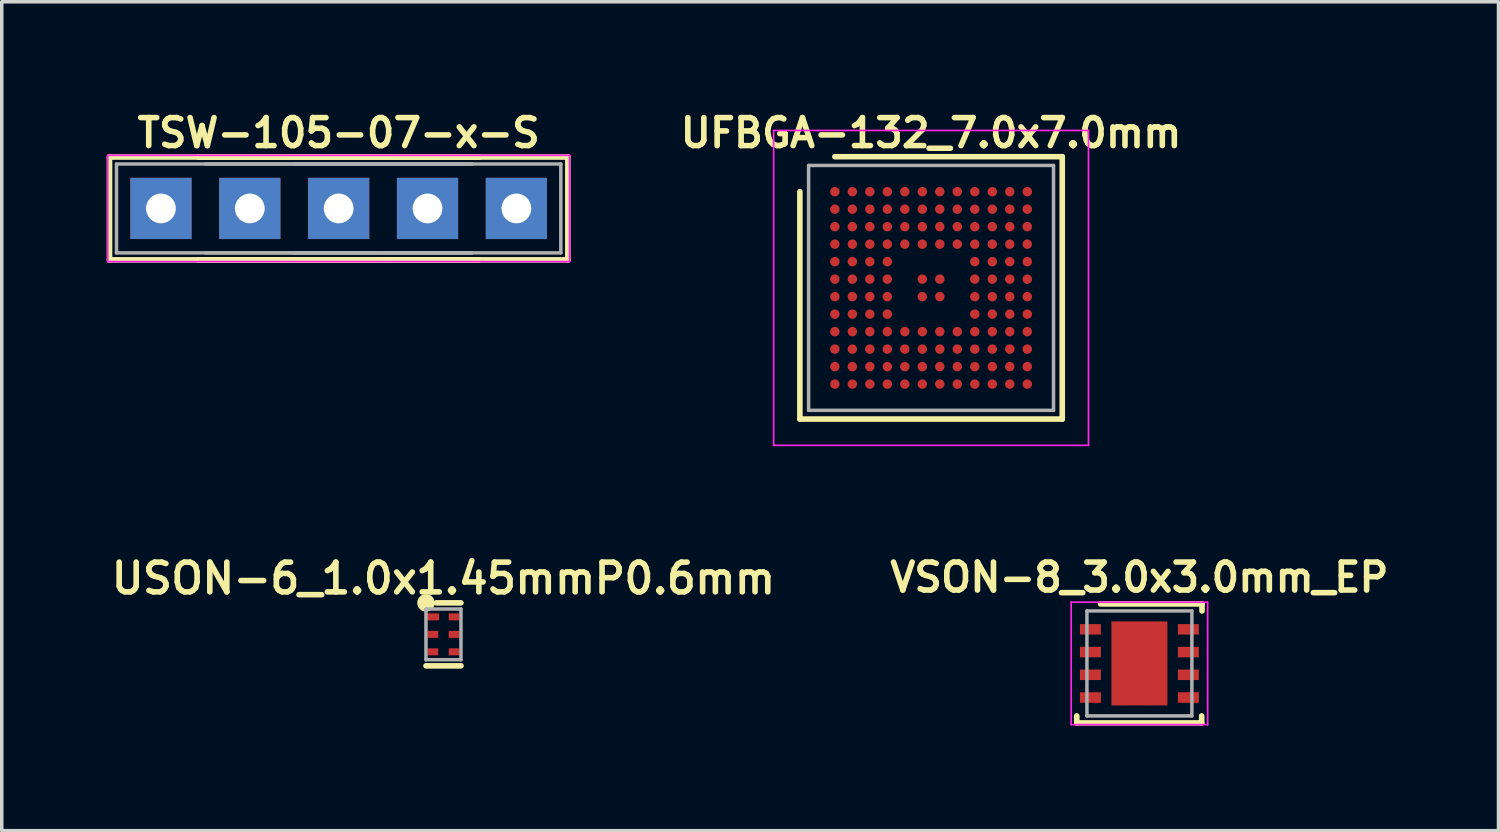
<source format=kicad_pcb>
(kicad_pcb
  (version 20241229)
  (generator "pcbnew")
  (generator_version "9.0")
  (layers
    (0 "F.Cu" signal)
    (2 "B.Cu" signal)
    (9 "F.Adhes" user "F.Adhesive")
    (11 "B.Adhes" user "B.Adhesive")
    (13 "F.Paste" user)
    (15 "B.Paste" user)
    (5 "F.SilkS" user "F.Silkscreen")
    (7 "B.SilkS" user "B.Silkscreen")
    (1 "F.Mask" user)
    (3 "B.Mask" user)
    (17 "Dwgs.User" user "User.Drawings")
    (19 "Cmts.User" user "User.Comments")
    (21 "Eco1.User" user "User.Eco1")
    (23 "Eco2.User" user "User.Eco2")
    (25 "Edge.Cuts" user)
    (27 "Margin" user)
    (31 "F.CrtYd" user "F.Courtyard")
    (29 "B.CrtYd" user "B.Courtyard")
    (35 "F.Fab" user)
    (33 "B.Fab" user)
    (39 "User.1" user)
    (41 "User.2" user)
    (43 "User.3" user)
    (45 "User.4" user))
  (footprint "TSW-105-07-x-S"
    (layer "F.Cu")
    (at 6.63 2.908)
    (property "Reference" "TSW-105-07-x-S" (at 0 -2.159 0) (layer "F.SilkS") (effects (font (size 0.8 0.8) (thickness 0.16))))
    (attr through_hole)
    (fp_line (start -6.55 -1.47) (end -6.55 1.47) (stroke (width 0.16) (type solid)) (layer "F.SilkS"))
    (fp_line (start -6.55 -1.47) (end -1.07 -1.47) (stroke (width 0.16) (type solid)) (layer "F.SilkS"))
    (fp_line (start -4.01 -1.47) (end 1.47 -1.47) (stroke (width 0.16) (type solid)) (layer "F.SilkS"))
    (fp_line (start -4.01 -1.47) (end 1.47 -1.47) (stroke (width 0.16) (type solid)) (layer "F.SilkS"))
    (fp_line (start -1.47 -1.47) (end 4.01 -1.47) (stroke (width 0.16) (type solid)) (layer "F.SilkS"))
    (fp_line (start -1.47 -1.47) (end 4.01 -1.47) (stroke (width 0.16) (type solid)) (layer "F.SilkS"))
    (fp_line (start -1.07 1.47) (end -6.55 1.47) (stroke (width 0.16) (type solid)) (layer "F.SilkS"))
    (fp_line (start 1.07 -1.47) (end 6.55 -1.47) (stroke (width 0.16) (type solid)) (layer "F.SilkS"))
    (fp_line (start 1.47 1.47) (end -4.01 1.47) (stroke (width 0.16) (type solid)) (layer "F.SilkS"))
    (fp_line (start 1.47 1.47) (end -4.01 1.47) (stroke (width 0.16) (type solid)) (layer "F.SilkS"))
    (fp_line (start 4.01 1.47) (end -1.47 1.47) (stroke (width 0.16) (type solid)) (layer "F.SilkS"))
    (fp_line (start 4.01 1.47) (end -1.47 1.47) (stroke (width 0.16) (type solid)) (layer "F.SilkS"))
    (fp_line (start 6.55 -1.47) (end 6.55 1.47) (stroke (width 0.16) (type solid)) (layer "F.SilkS"))
    (fp_line (start 6.55 1.47) (end 1.07 1.47) (stroke (width 0.16) (type solid)) (layer "F.SilkS"))
    (fp_line (start -6.6 -1.52) (end 6.6 -1.52) (stroke (width 0.05) (type solid)) (layer "F.CrtYd"))
    (fp_line (start -6.6 1.52) (end -6.6 -1.52) (stroke (width 0.05) (type solid)) (layer "F.CrtYd"))
    (fp_line (start -6.6 1.52) (end 6.6 1.52) (stroke (width 0.05) (type solid)) (layer "F.CrtYd"))
    (fp_line (start 6.6 -1.52) (end 6.6 1.52) (stroke (width 0.05) (type solid)) (layer "F.CrtYd"))
    (fp_line (start -6.35 -1.27) (end -6.35 1.27) (stroke (width 0.1) (type solid)) (layer "F.Fab"))
    (fp_line (start -6.35 -1.27) (end -1.27 -1.27) (stroke (width 0.1) (type solid)) (layer "F.Fab"))
    (fp_line (start -6.35 1.27) (end -1.27 1.27) (stroke (width 0.1) (type solid)) (layer "F.Fab"))
    (fp_line (start -3.81 -1.27) (end 1.27 -1.27) (stroke (width 0.1) (type solid)) (layer "F.Fab"))
    (fp_line (start -3.81 1.27) (end 1.27 1.27) (stroke (width 0.1) (type solid)) (layer "F.Fab"))
    (fp_line (start -1.27 -1.27) (end 3.81 -1.27) (stroke (width 0.1) (type solid)) (layer "F.Fab"))
    (fp_line (start -1.27 -1.27) (end 3.81 -1.27) (stroke (width 0.1) (type solid)) (layer "F.Fab"))
    (fp_line (start -1.27 1.27) (end 3.81 1.27) (stroke (width 0.1) (type solid)) (layer "F.Fab"))
    (fp_line (start -1.27 1.27) (end 3.81 1.27) (stroke (width 0.1) (type solid)) (layer "F.Fab"))
    (fp_line (start 1.27 -1.27) (end 6.35 -1.27) (stroke (width 0.1) (type solid)) (layer "F.Fab"))
    (fp_line (start 1.27 1.27) (end 6.35 1.27) (stroke (width 0.1) (type solid)) (layer "F.Fab"))
    (fp_line (start 6.35 -1.27) (end 6.35 1.27) (stroke (width 0.1) (type solid)) (layer "F.Fab"))
    (pad "1" thru_hole rect (at -5.08 0) (size 1.75 1.75) (drill 0.85) (layers "*.Cu" "*.Mask"))
    (pad "2" thru_hole rect (at -2.54 0) (size 1.75 1.75) (drill 0.85) (layers "*.Cu" "*.Mask"))
    (pad "3" thru_hole rect (at 0 0) (size 1.75 1.75) (drill 0.85) (layers "*.Cu" "*.Mask"))
    (pad "4" thru_hole rect (at 2.54 0) (size 1.75 1.75) (drill 0.85) (layers "*.Cu" "*.Mask"))
    (pad "5" thru_hole rect (at 5.08 0) (size 1.75 1.75) (drill 0.85) (layers "*.Cu" "*.Mask")))
  (footprint "USON-6_1.0x1.45mmP0.6mm"
    (layer "F.Cu")
    (at 9.326 14.582)
    (property "Reference" "USON-6_1.0x1.45mmP0.6mm" (at 0.3 -1.1 0) (layer "F.SilkS") (effects (font (size 0.85 0.85) (thickness 0.16))))
    (attr through_hole)
    (fp_line (start -0.2 1.4) (end 0.8 1.4) (stroke (width 0.16) (type solid)) (layer "F.SilkS"))
    (fp_line (start 0.8 -0.4) (end 0.1 -0.4) (stroke (width 0.16) (type solid)) (layer "F.SilkS"))
    (fp_circle (center -0.2 -0.4) (end -0.2 -0.4) (stroke (width 0.25) (type solid)) (fill no) (layer "F.SilkS"))
    (fp_line (start -0.2 -0.225) (end -0.2 1.225) (stroke (width 0.1) (type solid)) (layer "F.Fab"))
    (fp_line (start -0.2 -0.225) (end 0.8 -0.225) (stroke (width 0.1) (type solid)) (layer "F.Fab"))
    (fp_line (start -0.2 1.225) (end 0.8 1.225) (stroke (width 0.1) (type solid)) (layer "F.Fab"))
    (fp_line (start 0.8 -0.225) (end 0.8 1.225) (stroke (width 0.1) (type solid)) (layer "F.Fab"))
    (pad "1" smd rect (at 0 0) (size 0.35 0.2) (layers "F.Cu" "F.Mask" "F.Paste"))
    (pad "2" smd rect (at 0 0.5) (size 0.3 0.2) (layers "F.Cu" "F.Mask" "F.Paste"))
    (pad "3" smd rect (at 0 1) (size 0.3 0.2) (layers "F.Cu" "F.Mask" "F.Paste"))
    (pad "4" smd rect (at 0.6 1) (size 0.3 0.2) (layers "F.Cu" "F.Mask" "F.Paste"))
    (pad "5" smd rect (at 0.6 0.5) (size 0.3 0.2) (layers "F.Cu" "F.Mask" "F.Paste"))
    (pad "6" smd rect (at 0.6 0) (size 0.3 0.2) (layers "F.Cu" "F.Mask" "F.Paste")))
  (footprint "UFBGA-132_7.0x7.0mm"
    (layer "F.Cu")
    (at 20.813 2.429)
    (property "Reference" "UFBGA-132_7.0x7.0mm" (at 2.75 -1.68 0) (layer "F.SilkS") (effects (font (size 0.8 0.8) (thickness 0.16))))
    (attr through_hole)
    (fp_line (start -1 0) (end -1 6.5) (stroke (width 0.16) (type solid)) (layer "F.SilkS"))
    (fp_line (start -1 6.5) (end 6.5 6.5) (stroke (width 0.16) (type solid)) (layer "F.SilkS"))
    (fp_line (start 0 -1) (end 6.5 -1) (stroke (width 0.16) (type solid)) (layer "F.SilkS"))
    (fp_line (start 6.5 -1) (end 6.5 6.5) (stroke (width 0.16) (type solid)) (layer "F.SilkS"))
    (fp_line (start -1.75 -1.75) (end -1.75 7.25) (stroke (width 0.05) (type solid)) (layer "F.CrtYd"))
    (fp_line (start -1.75 7.25) (end 7.25 7.25) (stroke (width 0.05) (type solid)) (layer "F.CrtYd"))
    (fp_line (start 7.25 -1.75) (end -1.75 -1.75) (stroke (width 0.05) (type solid)) (layer "F.CrtYd"))
    (fp_line (start 7.25 7.25) (end 7.25 -1.75) (stroke (width 0.05) (type solid)) (layer "F.CrtYd"))
    (fp_line (start -0.75 -0.75) (end 6.25 -0.75) (stroke (width 0.1) (type solid)) (layer "F.Fab"))
    (fp_line (start -0.75 6.25) (end -0.75 -0.75) (stroke (width 0.1) (type solid)) (layer "F.Fab"))
    (fp_line (start 6.25 -0.75) (end 6.25 6.25) (stroke (width 0.1) (type solid)) (layer "F.Fab"))
    (fp_line (start 6.25 6.25) (end -0.75 6.25) (stroke (width 0.1) (type solid)) (layer "F.Fab"))
    (pad "A1" smd circle (at 0 0) (size 0.27 0.27) (layers "F.Cu" "F.Mask" "F.Paste"))
    (pad "A2" smd circle (at 0.5 0) (size 0.27 0.27) (layers "F.Cu" "F.Mask" "F.Paste"))
    (pad "A3" smd circle (at 1 0) (size 0.27 0.27) (layers "F.Cu" "F.Mask" "F.Paste"))
    (pad "A4" smd circle (at 1.5 0) (size 0.27 0.27) (layers "F.Cu" "F.Mask" "F.Paste"))
    (pad "A5" smd circle (at 2 0) (size 0.27 0.27) (layers "F.Cu" "F.Mask" "F.Paste"))
    (pad "A6" smd circle (at 2.5 0) (size 0.27 0.27) (layers "F.Cu" "F.Mask" "F.Paste"))
    (pad "A7" smd circle (at 3 0) (size 0.27 0.27) (layers "F.Cu" "F.Mask" "F.Paste"))
    (pad "A8" smd circle (at 3.5 0) (size 0.27 0.27) (layers "F.Cu" "F.Mask" "F.Paste"))
    (pad "A9" smd circle (at 4 0) (size 0.27 0.27) (layers "F.Cu" "F.Mask" "F.Paste"))
    (pad "A10" smd circle (at 4.5 0) (size 0.27 0.27) (layers "F.Cu" "F.Mask" "F.Paste"))
    (pad "A11" smd circle (at 5 0) (size 0.27 0.27) (layers "F.Cu" "F.Mask" "F.Paste"))
    (pad "A12" smd circle (at 5.5 0) (size 0.27 0.27) (layers "F.Cu" "F.Mask" "F.Paste"))
    (pad "B1" smd circle (at 0 0.5) (size 0.27 0.27) (layers "F.Cu" "F.Mask" "F.Paste"))
    (pad "B2" smd circle (at 0.5 0.5) (size 0.27 0.27) (layers "F.Cu" "F.Mask" "F.Paste"))
    (pad "B3" smd circle (at 1 0.5) (size 0.27 0.27) (layers "F.Cu" "F.Mask" "F.Paste"))
    (pad "B4" smd circle (at 1.5 0.5) (size 0.27 0.27) (layers "F.Cu" "F.Mask" "F.Paste"))
    (pad "B5" smd circle (at 2 0.5) (size 0.27 0.27) (layers "F.Cu" "F.Mask" "F.Paste"))
    (pad "B6" smd circle (at 2.5 0.5) (size 0.27 0.27) (layers "F.Cu" "F.Mask" "F.Paste"))
    (pad "B7" smd circle (at 3 0.5) (size 0.27 0.27) (layers "F.Cu" "F.Mask" "F.Paste"))
    (pad "B8" smd circle (at 3.5 0.5) (size 0.27 0.27) (layers "F.Cu" "F.Mask" "F.Paste"))
    (pad "B9" smd circle (at 4 0.5) (size 0.27 0.27) (layers "F.Cu" "F.Mask" "F.Paste"))
    (pad "B10" smd circle (at 4.5 0.5) (size 0.27 0.27) (layers "F.Cu" "F.Mask" "F.Paste"))
    (pad "B11" smd circle (at 5 0.5) (size 0.27 0.27) (layers "F.Cu" "F.Mask" "F.Paste"))
    (pad "B12" smd circle (at 5.5 0.5) (size 0.27 0.27) (layers "F.Cu" "F.Mask" "F.Paste"))
    (pad "C1" smd circle (at 0 1) (size 0.27 0.27) (layers "F.Cu" "F.Mask" "F.Paste"))
    (pad "C2" smd circle (at 0.5 1) (size 0.27 0.27) (layers "F.Cu" "F.Mask" "F.Paste"))
    (pad "C3" smd circle (at 1 1) (size 0.27 0.27) (layers "F.Cu" "F.Mask" "F.Paste"))
    (pad "C4" smd circle (at 1.5 1) (size 0.27 0.27) (layers "F.Cu" "F.Mask" "F.Paste"))
    (pad "C5" smd circle (at 2 1) (size 0.27 0.27) (layers "F.Cu" "F.Mask" "F.Paste"))
    (pad "C6" smd circle (at 2.5 1) (size 0.27 0.27) (layers "F.Cu" "F.Mask" "F.Paste"))
    (pad "C7" smd circle (at 3 1) (size 0.27 0.27) (layers "F.Cu" "F.Mask" "F.Paste"))
    (pad "C8" smd circle (at 3.5 1) (size 0.27 0.27) (layers "F.Cu" "F.Mask" "F.Paste"))
    (pad "C9" smd circle (at 4 1) (size 0.27 0.27) (layers "F.Cu" "F.Mask" "F.Paste"))
    (pad "C10" smd circle (at 4.5 1) (size 0.27 0.27) (layers "F.Cu" "F.Mask" "F.Paste"))
    (pad "C11" smd circle (at 5 1) (size 0.27 0.27) (layers "F.Cu" "F.Mask" "F.Paste"))
    (pad "C12" smd circle (at 5.5 1) (size 0.27 0.27) (layers "F.Cu" "F.Mask" "F.Paste"))
    (pad "D1" smd circle (at 0 1.5) (size 0.27 0.27) (layers "F.Cu" "F.Mask" "F.Paste"))
    (pad "D2" smd circle (at 0.5 1.5) (size 0.27 0.27) (layers "F.Cu" "F.Mask" "F.Paste"))
    (pad "D3" smd circle (at 1 1.5) (size 0.27 0.27) (layers "F.Cu" "F.Mask" "F.Paste"))
    (pad "D4" smd circle (at 1.5 1.5) (size 0.27 0.27) (layers "F.Cu" "F.Mask" "F.Paste"))
    (pad "D5" smd circle (at 2 1.5) (size 0.27 0.27) (layers "F.Cu" "F.Mask" "F.Paste"))
    (pad "D6" smd circle (at 2.5 1.5) (size 0.27 0.27) (layers "F.Cu" "F.Mask" "F.Paste"))
    (pad "D7" smd circle (at 3 1.5) (size 0.27 0.27) (layers "F.Cu" "F.Mask" "F.Paste"))
    (pad "D8" smd circle (at 3.5 1.5) (size 0.27 0.27) (layers "F.Cu" "F.Mask" "F.Paste"))
    (pad "D9" smd circle (at 4 1.5) (size 0.27 0.27) (layers "F.Cu" "F.Mask" "F.Paste"))
    (pad "D10" smd circle (at 4.5 1.5) (size 0.27 0.27) (layers "F.Cu" "F.Mask" "F.Paste"))
    (pad "D11" smd circle (at 5 1.5) (size 0.27 0.27) (layers "F.Cu" "F.Mask" "F.Paste"))
    (pad "D12" smd circle (at 5.5 1.5) (size 0.27 0.27) (layers "F.Cu" "F.Mask" "F.Paste"))
    (pad "E1" smd circle (at 0 2) (size 0.27 0.27) (layers "F.Cu" "F.Mask" "F.Paste"))
    (pad "E2" smd circle (at 0.5 2) (size 0.27 0.27) (layers "F.Cu" "F.Mask" "F.Paste"))
    (pad "E3" smd circle (at 1 2) (size 0.27 0.27) (layers "F.Cu" "F.Mask" "F.Paste"))
    (pad "E4" smd circle (at 1.5 2) (size 0.27 0.27) (layers "F.Cu" "F.Mask" "F.Paste"))
    (pad "E9" smd circle (at 4 2) (size 0.27 0.27) (layers "F.Cu" "F.Mask" "F.Paste"))
    (pad "E10" smd circle (at 4.5 2) (size 0.27 0.27) (layers "F.Cu" "F.Mask" "F.Paste"))
    (pad "E11" smd circle (at 5 2) (size 0.27 0.27) (layers "F.Cu" "F.Mask" "F.Paste"))
    (pad "E12" smd circle (at 5.5 2) (size 0.27 0.27) (layers "F.Cu" "F.Mask" "F.Paste"))
    (pad "F1" smd circle (at 0 2.5) (size 0.27 0.27) (layers "F.Cu" "F.Mask" "F.Paste"))
    (pad "F2" smd circle (at 0.5 2.5) (size 0.27 0.27) (layers "F.Cu" "F.Mask" "F.Paste"))
    (pad "F3" smd circle (at 1 2.5) (size 0.27 0.27) (layers "F.Cu" "F.Mask" "F.Paste"))
    (pad "F4" smd circle (at 1.5 2.5) (size 0.27 0.27) (layers "F.Cu" "F.Mask" "F.Paste"))
    (pad "F6" smd circle (at 2.5 2.5) (size 0.27 0.27) (layers "F.Cu" "F.Mask" "F.Paste"))
    (pad "F7" smd circle (at 3 2.5) (size 0.27 0.27) (layers "F.Cu" "F.Mask" "F.Paste"))
    (pad "F9" smd circle (at 4 2.5) (size 0.27 0.27) (layers "F.Cu" "F.Mask" "F.Paste"))
    (pad "F10" smd circle (at 4.5 2.5) (size 0.27 0.27) (layers "F.Cu" "F.Mask" "F.Paste"))
    (pad "F11" smd circle (at 5 2.5) (size 0.27 0.27) (layers "F.Cu" "F.Mask" "F.Paste"))
    (pad "F12" smd circle (at 5.5 2.5) (size 0.27 0.27) (layers "F.Cu" "F.Mask" "F.Paste"))
    (pad "G1" smd circle (at 0 3) (size 0.27 0.27) (layers "F.Cu" "F.Mask" "F.Paste"))
    (pad "G2" smd circle (at 0.5 3) (size 0.27 0.27) (layers "F.Cu" "F.Mask" "F.Paste"))
    (pad "G3" smd circle (at 1 3) (size 0.27 0.27) (layers "F.Cu" "F.Mask" "F.Paste"))
    (pad "G4" smd circle (at 1.5 3) (size 0.27 0.27) (layers "F.Cu" "F.Mask" "F.Paste"))
    (pad "G6" smd circle (at 2.5 3) (size 0.27 0.27) (layers "F.Cu" "F.Mask" "F.Paste"))
    (pad "G7" smd circle (at 3 3) (size 0.27 0.27) (layers "F.Cu" "F.Mask" "F.Paste"))
    (pad "G9" smd circle (at 4 3) (size 0.27 0.27) (layers "F.Cu" "F.Mask" "F.Paste"))
    (pad "G10" smd circle (at 4.5 3) (size 0.27 0.27) (layers "F.Cu" "F.Mask" "F.Paste"))
    (pad "G11" smd circle (at 5 3) (size 0.27 0.27) (layers "F.Cu" "F.Mask" "F.Paste"))
    (pad "G12" smd circle (at 5.5 3) (size 0.27 0.27) (layers "F.Cu" "F.Mask" "F.Paste"))
    (pad "H1" smd circle (at 0 3.5) (size 0.27 0.27) (layers "F.Cu" "F.Mask" "F.Paste"))
    (pad "H2" smd circle (at 0.5 3.5) (size 0.27 0.27) (layers "F.Cu" "F.Mask" "F.Paste"))
    (pad "H3" smd circle (at 1 3.5) (size 0.27 0.27) (layers "F.Cu" "F.Mask" "F.Paste"))
    (pad "H4" smd circle (at 1.5 3.5) (size 0.27 0.27) (layers "F.Cu" "F.Mask" "F.Paste"))
    (pad "H9" smd circle (at 4 3.5) (size 0.27 0.27) (layers "F.Cu" "F.Mask" "F.Paste"))
    (pad "H10" smd circle (at 4.5 3.5) (size 0.27 0.27) (layers "F.Cu" "F.Mask" "F.Paste"))
    (pad "H11" smd circle (at 5 3.5) (size 0.27 0.27) (layers "F.Cu" "F.Mask" "F.Paste"))
    (pad "H12" smd circle (at 5.5 3.5) (size 0.27 0.27) (layers "F.Cu" "F.Mask" "F.Paste"))
    (pad "J1" smd circle (at 0 4) (size 0.27 0.27) (layers "F.Cu" "F.Mask" "F.Paste"))
    (pad "J2" smd circle (at 0.5 4) (size 0.27 0.27) (layers "F.Cu" "F.Mask" "F.Paste"))
    (pad "J3" smd circle (at 1 4) (size 0.27 0.27) (layers "F.Cu" "F.Mask" "F.Paste"))
    (pad "J4" smd circle (at 1.5 4) (size 0.27 0.27) (layers "F.Cu" "F.Mask" "F.Paste"))
    (pad "J5" smd circle (at 2 4) (size 0.27 0.27) (layers "F.Cu" "F.Mask" "F.Paste"))
    (pad "J6" smd circle (at 2.5 4) (size 0.27 0.27) (layers "F.Cu" "F.Mask" "F.Paste"))
    (pad "J7" smd circle (at 3 4) (size 0.27 0.27) (layers "F.Cu" "F.Mask" "F.Paste"))
    (pad "J8" smd circle (at 3.5 4) (size 0.27 0.27) (layers "F.Cu" "F.Mask" "F.Paste"))
    (pad "J9" smd circle (at 4 4) (size 0.27 0.27) (layers "F.Cu" "F.Mask" "F.Paste"))
    (pad "J10" smd circle (at 4.5 4) (size 0.27 0.27) (layers "F.Cu" "F.Mask" "F.Paste"))
    (pad "J11" smd circle (at 5 4) (size 0.27 0.27) (layers "F.Cu" "F.Mask" "F.Paste"))
    (pad "J12" smd circle (at 5.5 4) (size 0.27 0.27) (layers "F.Cu" "F.Mask" "F.Paste"))
    (pad "K1" smd circle (at 0 4.5) (size 0.27 0.27) (layers "F.Cu" "F.Mask" "F.Paste"))
    (pad "K2" smd circle (at 0.5 4.5) (size 0.27 0.27) (layers "F.Cu" "F.Mask" "F.Paste"))
    (pad "K3" smd circle (at 1 4.5) (size 0.27 0.27) (layers "F.Cu" "F.Mask" "F.Paste"))
    (pad "K4" smd circle (at 1.5 4.5) (size 0.27 0.27) (layers "F.Cu" "F.Mask" "F.Paste"))
    (pad "K5" smd circle (at 2 4.5) (size 0.27 0.27) (layers "F.Cu" "F.Mask" "F.Paste"))
    (pad "K6" smd circle (at 2.5 4.5) (size 0.27 0.27) (layers "F.Cu" "F.Mask" "F.Paste"))
    (pad "K7" smd circle (at 3 4.5) (size 0.27 0.27) (layers "F.Cu" "F.Mask" "F.Paste"))
    (pad "K8" smd circle (at 3.5 4.5) (size 0.27 0.27) (layers "F.Cu" "F.Mask" "F.Paste"))
    (pad "K9" smd circle (at 4 4.5) (size 0.27 0.27) (layers "F.Cu" "F.Mask" "F.Paste"))
    (pad "K10" smd circle (at 4.5 4.5) (size 0.27 0.27) (layers "F.Cu" "F.Mask" "F.Paste"))
    (pad "K11" smd circle (at 5 4.5) (size 0.27 0.27) (layers "F.Cu" "F.Mask" "F.Paste"))
    (pad "K12" smd circle (at 5.5 4.5) (size 0.27 0.27) (layers "F.Cu" "F.Mask" "F.Paste"))
    (pad "L1" smd circle (at 0 5) (size 0.27 0.27) (layers "F.Cu" "F.Mask" "F.Paste"))
    (pad "L2" smd circle (at 0.5 5) (size 0.27 0.27) (layers "F.Cu" "F.Mask" "F.Paste"))
    (pad "L3" smd circle (at 1 5) (size 0.27 0.27) (layers "F.Cu" "F.Mask" "F.Paste"))
    (pad "L4" smd circle (at 1.5 5) (size 0.27 0.27) (layers "F.Cu" "F.Mask" "F.Paste"))
    (pad "L5" smd circle (at 2 5) (size 0.27 0.27) (layers "F.Cu" "F.Mask" "F.Paste"))
    (pad "L6" smd circle (at 2.5 5) (size 0.27 0.27) (layers "F.Cu" "F.Mask" "F.Paste"))
    (pad "L7" smd circle (at 3 5) (size 0.27 0.27) (layers "F.Cu" "F.Mask" "F.Paste"))
    (pad "L8" smd circle (at 3.5 5) (size 0.27 0.27) (layers "F.Cu" "F.Mask" "F.Paste"))
    (pad "L9" smd circle (at 4 5) (size 0.27 0.27) (layers "F.Cu" "F.Mask" "F.Paste"))
    (pad "L10" smd circle (at 4.5 5) (size 0.27 0.27) (layers "F.Cu" "F.Mask" "F.Paste"))
    (pad "L11" smd circle (at 5 5) (size 0.27 0.27) (layers "F.Cu" "F.Mask" "F.Paste"))
    (pad "L12" smd circle (at 5.5 5) (size 0.27 0.27) (layers "F.Cu" "F.Mask" "F.Paste"))
    (pad "M1" smd circle (at 0 5.5) (size 0.27 0.27) (layers "F.Cu" "F.Mask" "F.Paste"))
    (pad "M2" smd circle (at 0.5 5.5) (size 0.27 0.27) (layers "F.Cu" "F.Mask" "F.Paste"))
    (pad "M3" smd circle (at 1 5.5) (size 0.27 0.27) (layers "F.Cu" "F.Mask" "F.Paste"))
    (pad "M4" smd circle (at 1.5 5.5) (size 0.27 0.27) (layers "F.Cu" "F.Mask" "F.Paste"))
    (pad "M5" smd circle (at 2 5.5) (size 0.27 0.27) (layers "F.Cu" "F.Mask" "F.Paste"))
    (pad "M6" smd circle (at 2.5 5.5) (size 0.27 0.27) (layers "F.Cu" "F.Mask" "F.Paste"))
    (pad "M7" smd circle (at 3 5.5) (size 0.27 0.27) (layers "F.Cu" "F.Mask" "F.Paste"))
    (pad "M8" smd circle (at 3.5 5.5) (size 0.27 0.27) (layers "F.Cu" "F.Mask" "F.Paste"))
    (pad "M9" smd circle (at 4 5.5) (size 0.27 0.27) (layers "F.Cu" "F.Mask" "F.Paste"))
    (pad "M10" smd circle (at 4.5 5.5) (size 0.27 0.27) (layers "F.Cu" "F.Mask" "F.Paste"))
    (pad "M11" smd circle (at 5 5.5) (size 0.27 0.27) (layers "F.Cu" "F.Mask" "F.Paste"))
    (pad "M12" smd circle (at 5.5 5.5) (size 0.27 0.27) (layers "F.Cu" "F.Mask" "F.Paste")))
  (footprint "VSON-8_3.0x3.0mm_EP"
    (layer "F.Cu")
    (at 29.518 15.913)
    (property "Reference" "VSON-8_3.0x3.0mm_EP" (at 0 -2.46 0) (layer "F.SilkS") (effects (font (size 0.8 0.8) (thickness 0.16))))
    (attr through_hole)
    (fp_line (start -1.79 1.7) (end -1.79 1.5) (stroke (width 0.16) (type solid)) (layer "F.SilkS"))
    (fp_line (start -1.11 -1.7) (end 1.79 -1.7) (stroke (width 0.16) (type solid)) (layer "F.SilkS"))
    (fp_line (start 1.78 1.7) (end -1.79 1.7) (stroke (width 0.16) (type solid)) (layer "F.SilkS"))
    (fp_line (start 1.78 1.7) (end 1.78 1.5) (stroke (width 0.16) (type solid)) (layer "F.SilkS"))
    (fp_line (start 1.79 -1.5) (end 1.79 -1.7) (stroke (width 0.16) (type solid)) (layer "F.SilkS"))
    (fp_line (start -1.95 -1.75) (end -1.95 1.75) (stroke (width 0.05) (type solid)) (layer "F.CrtYd"))
    (fp_line (start 1.95 -1.75) (end -1.95 -1.75) (stroke (width 0.05) (type solid)) (layer "F.CrtYd"))
    (fp_line (start 1.95 -1.75) (end 1.95 1.75) (stroke (width 0.05) (type solid)) (layer "F.CrtYd"))
    (fp_line (start 1.95 1.75) (end -1.95 1.75) (stroke (width 0.05) (type solid)) (layer "F.CrtYd"))
    (fp_line (start -1.5 -1.5) (end 1.5 -1.5) (stroke (width 0.1) (type solid)) (layer "F.Fab"))
    (fp_line (start -1.5 1.5) (end -1.5 -1.5) (stroke (width 0.1) (type solid)) (layer "F.Fab"))
    (fp_line (start 1.5 -1.5) (end 1.5 1.5) (stroke (width 0.1) (type solid)) (layer "F.Fab"))
    (fp_line (start 1.5 1.5) (end -1.5 1.5) (stroke (width 0.1) (type solid)) (layer "F.Fab"))
    (pad "" smd rect (at 0 -0.635) (size 1.47 1.07) (layers "F.Paste"))
    (pad "" smd rect (at 0 0.635) (size 1.47 1.07) (layers "F.Paste"))
    (pad "1" smd rect (at -1.4 -0.975) (size 0.6 0.3) (layers "F.Cu" "F.Mask" "F.Paste"))
    (pad "2" smd rect (at -1.4 -0.325) (size 0.6 0.3) (layers "F.Cu" "F.Mask" "F.Paste"))
    (pad "3" smd rect (at -1.4 0.325) (size 0.6 0.3) (layers "F.Cu" "F.Mask" "F.Paste"))
    (pad "4" smd rect (at -1.4 0.975) (size 0.6 0.3) (layers "F.Cu" "F.Mask" "F.Paste"))
    (pad "5" smd rect (at 1.4 0.975) (size 0.6 0.3) (layers "F.Cu" "F.Mask" "F.Paste"))
    (pad "6" smd rect (at 1.4 0.325) (size 0.6 0.3) (layers "F.Cu" "F.Mask" "F.Paste"))
    (pad "7" smd rect (at 1.4 -0.325) (size 0.6 0.3) (layers "F.Cu" "F.Mask" "F.Paste"))
    (pad "8" smd rect (at 1.4 -0.975) (size 0.6 0.3) (layers "F.Cu" "F.Mask" "F.Paste"))
    (pad "9" smd rect (at 0 0) (size 1.6 2.4) (layers "F.Cu" "F.Mask")))
  (gr_rect
    (start -3 -3)
    (end 39.782 20.693)
    (stroke (width 0.1) (type default))
    (fill no)
    (layer "Edge.Cuts")))
</source>
